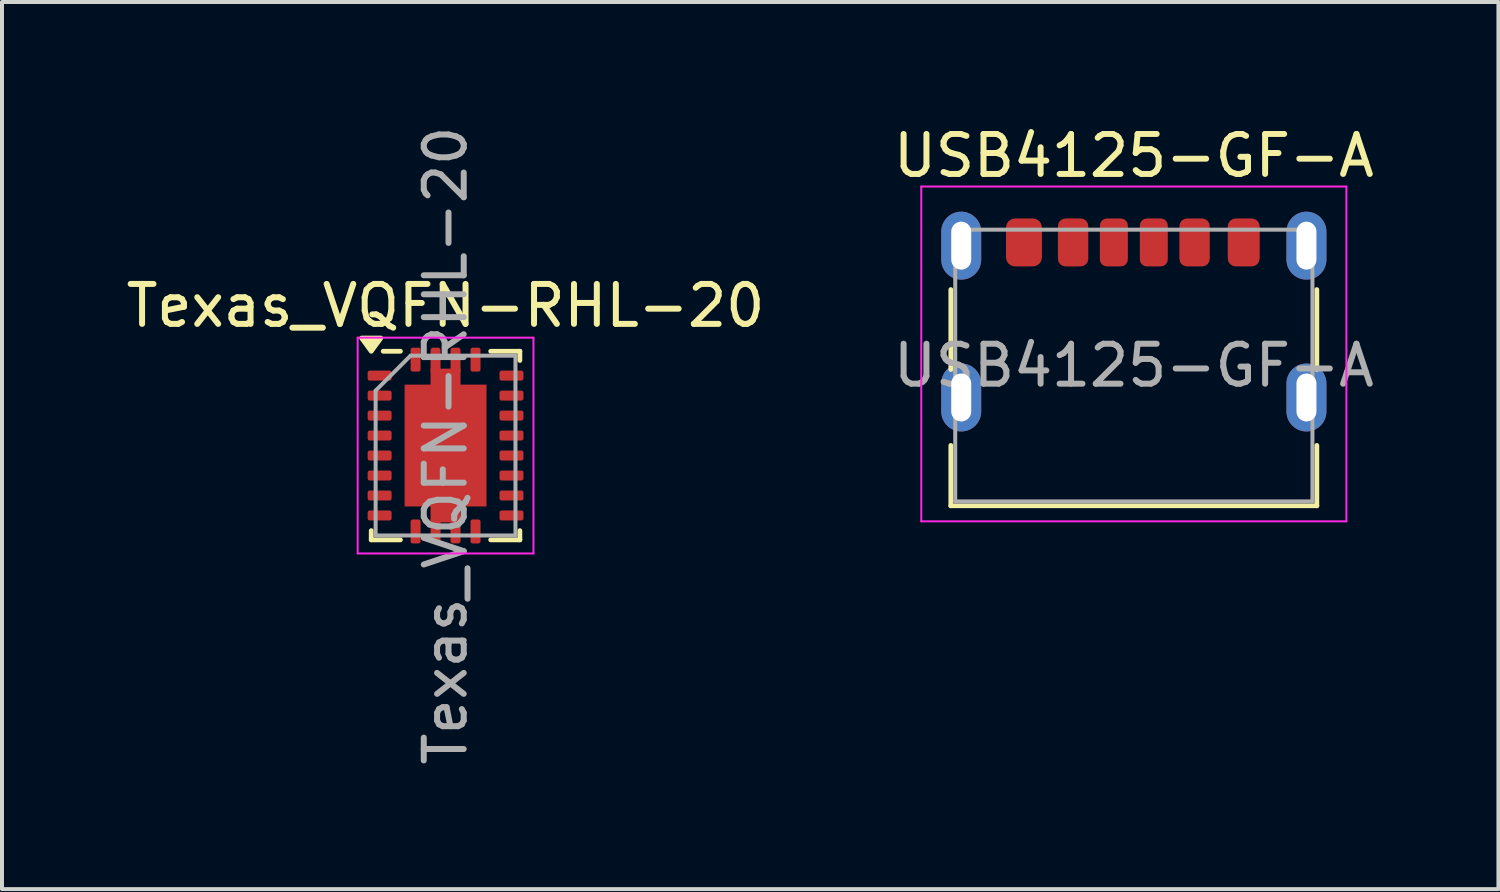
<source format=kicad_pcb>
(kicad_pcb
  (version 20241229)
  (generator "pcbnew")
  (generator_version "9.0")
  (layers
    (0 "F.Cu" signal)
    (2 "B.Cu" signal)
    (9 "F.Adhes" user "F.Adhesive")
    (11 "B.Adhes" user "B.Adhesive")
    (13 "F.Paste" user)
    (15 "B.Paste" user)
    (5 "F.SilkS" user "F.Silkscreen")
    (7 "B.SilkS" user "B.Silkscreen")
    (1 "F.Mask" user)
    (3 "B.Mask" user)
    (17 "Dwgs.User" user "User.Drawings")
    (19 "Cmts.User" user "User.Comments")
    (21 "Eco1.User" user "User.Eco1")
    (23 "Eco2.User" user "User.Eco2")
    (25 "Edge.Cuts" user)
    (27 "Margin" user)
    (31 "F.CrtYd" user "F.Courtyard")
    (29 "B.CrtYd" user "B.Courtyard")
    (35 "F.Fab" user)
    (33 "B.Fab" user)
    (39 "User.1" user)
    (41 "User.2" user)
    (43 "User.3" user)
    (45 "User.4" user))
  (footprint "USB4125-GF-A"
    (layer "F.Cu")
    (at 25.327 6.098)
    (property "Reference" "USB4125-GF-A" (at 0 -5.25 0) (layer "F.SilkS") (effects (font (size 1 1) (thickness 0.15))))
    (attr smd)
    (fp_line (start -4.58 -1.9) (end -4.58 0.1) (stroke (width 0.12) (type solid)) (layer "F.SilkS"))
    (fp_line (start -4.58 2) (end -4.58 3.51) (stroke (width 0.12) (type solid)) (layer "F.SilkS"))
    (fp_line (start -4.58 3.51) (end 4.58 3.51) (stroke (width 0.12) (type solid)) (layer "F.SilkS"))
    (fp_line (start 4.58 -1.9) (end 4.58 0.1) (stroke (width 0.12) (type solid)) (layer "F.SilkS"))
    (fp_line (start 4.58 2) (end 4.58 3.51) (stroke (width 0.12) (type solid)) (layer "F.SilkS"))
    (fp_line (start -5.32 -4.48) (end -5.32 3.9) (stroke (width 0.05) (type solid)) (layer "F.CrtYd"))
    (fp_line (start -5.32 -4.48) (end 5.32 -4.48) (stroke (width 0.05) (type solid)) (layer "F.CrtYd"))
    (fp_line (start -5.32 3.9) (end 5.32 3.9) (stroke (width 0.05) (type solid)) (layer "F.CrtYd"))
    (fp_line (start 5.32 -4.48) (end 5.32 3.9) (stroke (width 0.05) (type solid)) (layer "F.CrtYd"))
    (fp_line (start -4.47 -3.4) (end -4.47 3.4) (stroke (width 0.1) (type solid)) (layer "F.Fab"))
    (fp_line (start -4.47 -3.4) (end 4.47 -3.4) (stroke (width 0.1) (type solid)) (layer "F.Fab"))
    (fp_line (start -4.47 3.4) (end 4.47 3.4) (stroke (width 0.1) (type solid)) (layer "F.Fab"))
    (fp_line (start 4.47 -3.4) (end 4.47 3.4) (stroke (width 0.1) (type solid)) (layer "F.Fab"))
    (fp_text user "${REFERENCE}" (at 0 0 0) (layer "F.Fab") (effects (font (size 1 1) (thickness 0.15))))
    (pad "A5" smd roundrect (at -0.5 -3.08) (size 0.7 1.2) (layers "F.Cu" "F.Mask" "F.Paste") (roundrect_rratio 0.25))
    (pad "A9" smd roundrect (at 1.52 -3.08) (size 0.76 1.2) (layers "F.Cu" "F.Mask" "F.Paste") (roundrect_rratio 0.25))
    (pad "A12" smd roundrect (at 2.75 -3.08) (size 0.8 1.2) (layers "F.Cu" "F.Mask" "F.Paste") (roundrect_rratio 0.25))
    (pad "B5" smd roundrect (at 0.5 -3.08) (size 0.7 1.2) (layers "F.Cu" "F.Mask" "F.Paste") (roundrect_rratio 0.25))
    (pad "B9" smd roundrect (at -1.52 -3.08) (size 0.76 1.2) (layers "F.Cu" "F.Mask" "F.Paste") (roundrect_rratio 0.25))
    (pad "B12" smd roundrect (at -2.75 -3.08) (size 0.9 1.2) (layers "F.Cu" "F.Mask" "F.Paste") (roundrect_rratio 0.25))
    (pad "S1" thru_hole oval (at -4.32 -3) (size 1 1.7) (drill oval 0.5 1.2) (property pad_prop_heatsink) (layers "*.Cu" "*.Mask"))
    (pad "S1" thru_hole oval (at -4.32 0.8) (size 1 1.7) (drill oval 0.5 1.2) (property pad_prop_heatsink) (layers "*.Cu" "*.Mask"))
    (pad "S1" thru_hole oval (at 4.32 -3) (size 1 1.7) (drill oval 0.5 1.2) (property pad_prop_heatsink) (layers "*.Cu" "*.Mask"))
    (pad "S1" thru_hole oval (at 4.32 0.8) (size 1 1.7) (drill oval 0.5 1.2) (property pad_prop_heatsink) (layers "*.Cu" "*.Mask")))
  (footprint "Texas_VQFN-RHL-20"
    (layer "F.Cu")
    (at 8.101 8.101)
    (property "Reference" "Texas_VQFN-RHL-20" (at 0 -3.5 0) (layer "F.SilkS") (effects (font (size 1 1) (thickness 0.15))))
    (attr smd)
    (fp_line (start -1.86 2.13) (end -1.86 2.36) (stroke (width 0.12) (type solid)) (layer "F.SilkS"))
    (fp_line (start -1.86 2.36) (end -1.13 2.36) (stroke (width 0.12) (type solid)) (layer "F.SilkS"))
    (fp_line (start -1.13 -2.36) (end -1.56 -2.36) (stroke (width 0.12) (type solid)) (layer "F.SilkS"))
    (fp_line (start 1.13 -2.36) (end 1.86 -2.36) (stroke (width 0.12) (type solid)) (layer "F.SilkS"))
    (fp_line (start 1.13 2.36) (end 1.86 2.36) (stroke (width 0.12) (type solid)) (layer "F.SilkS"))
    (fp_line (start 1.86 -2.36) (end 1.86 -2.13) (stroke (width 0.12) (type solid)) (layer "F.SilkS"))
    (fp_line (start 1.86 2.13) (end 1.86 2.36) (stroke (width 0.12) (type solid)) (layer "F.SilkS"))
    (fp_poly (pts (xy -1.86 -2.36) (xy -2.1 -2.69) (xy -1.62 -2.69) (xy -1.86 -2.36)) (stroke (width 0.12) (type solid)) (fill yes) (layer "F.SilkS"))
    (fp_line (start -2.2 -2.7) (end -2.2 2.7) (stroke (width 0.05) (type solid)) (layer "F.CrtYd"))
    (fp_line (start -2.2 -2.7) (end 2.2 -2.7) (stroke (width 0.05) (type solid)) (layer "F.CrtYd"))
    (fp_line (start -2.2 2.7) (end 2.2 2.7) (stroke (width 0.05) (type solid)) (layer "F.CrtYd"))
    (fp_line (start 2.2 -2.7) (end 2.2 2.7) (stroke (width 0.05) (type solid)) (layer "F.CrtYd"))
    (fp_line (start -1.75 -1.375) (end -1.75 2.25) (stroke (width 0.1) (type solid)) (layer "F.Fab"))
    (fp_line (start -1.75 -1.375) (end -0.875 -2.25) (stroke (width 0.1) (type solid)) (layer "F.Fab"))
    (fp_line (start -1.75 2.25) (end 1.75 2.25) (stroke (width 0.1) (type solid)) (layer "F.Fab"))
    (fp_line (start -0.875 -2.25) (end 1.75 -2.25) (stroke (width 0.1) (type solid)) (layer "F.Fab"))
    (fp_line (start 1.75 -2.25) (end 1.75 2.25) (stroke (width 0.1) (type solid)) (layer "F.Fab"))
    (fp_text user "${REFERENCE}" (at 0 0 90) (layer "F.Fab") (effects (font (size 1 1) (thickness 0.15))))
    (pad "" smd roundrect (at -0.561 -0.8) (size 0.92 1.33) (layers "F.Paste") (roundrect_rratio 0.13))
    (pad "" smd roundrect (at -0.56 0.8) (size 0.92 1.33) (layers "F.Paste") (roundrect_rratio 0.13))
    (pad "" smd roundrect (at 0 -1.8) (size 0.75 0.25) (layers "F.Paste") (roundrect_rratio 0.25))
    (pad "" smd roundrect (at 0 1.8) (size 0.75 0.25) (layers "F.Paste") (roundrect_rratio 0.25))
    (pad "" smd roundrect (at 0.55 -0.8) (size 0.92 1.33) (layers "F.Paste") (roundrect_rratio 0.13))
    (pad "" smd roundrect (at 0.55 0.8) (size 0.92 1.33) (layers "F.Paste") (roundrect_rratio 0.13))
    (pad "1" smd roundrect (at -0.75 -2.15) (size 0.25 0.6) (layers "F.Cu" "F.Mask" "F.Paste") (roundrect_rratio 0.21))
    (pad "2" smd roundrect (at -1.65 -1.75) (size 0.6 0.25) (layers "F.Cu" "F.Mask" "F.Paste") (roundrect_rratio 0.21))
    (pad "3" smd roundrect (at -1.65 -1.25) (size 0.6 0.25) (layers "F.Cu" "F.Mask" "F.Paste") (roundrect_rratio 0.21))
    (pad "4" smd roundrect (at -1.65 -0.75) (size 0.6 0.25) (layers "F.Cu" "F.Mask" "F.Paste") (roundrect_rratio 0.21))
    (pad "5" smd roundrect (at -1.65 -0.25) (size 0.6 0.25) (layers "F.Cu" "F.Mask" "F.Paste") (roundrect_rratio 0.21))
    (pad "6" smd roundrect (at -1.65 0.25) (size 0.6 0.25) (layers "F.Cu" "F.Mask" "F.Paste") (roundrect_rratio 0.21))
    (pad "7" smd roundrect (at -1.65 0.75) (size 0.6 0.25) (layers "F.Cu" "F.Mask" "F.Paste") (roundrect_rratio 0.21))
    (pad "8" smd roundrect (at -1.65 1.25) (size 0.6 0.25) (layers "F.Cu" "F.Mask" "F.Paste") (roundrect_rratio 0.21))
    (pad "9" smd roundrect (at -1.65 1.75) (size 0.6 0.25) (layers "F.Cu" "F.Mask" "F.Paste") (roundrect_rratio 0.21))
    (pad "10" smd roundrect (at -0.75 2.15) (size 0.25 0.6) (layers "F.Cu" "F.Mask" "F.Paste") (roundrect_rratio 0.21))
    (pad "11" smd roundrect (at 0.75 2.15) (size 0.25 0.6) (layers "F.Cu" "F.Mask" "F.Paste") (roundrect_rratio 0.21))
    (pad "12" smd roundrect (at 1.65 1.75) (size 0.6 0.25) (layers "F.Cu" "F.Mask" "F.Paste") (roundrect_rratio 0.21))
    (pad "13" smd roundrect (at 1.65 1.25) (size 0.6 0.25) (layers "F.Cu" "F.Mask" "F.Paste") (roundrect_rratio 0.21))
    (pad "14" smd roundrect (at 1.65 0.75) (size 0.6 0.25) (layers "F.Cu" "F.Mask" "F.Paste") (roundrect_rratio 0.21))
    (pad "15" smd roundrect (at 1.65 0.25) (size 0.6 0.25) (layers "F.Cu" "F.Mask" "F.Paste") (roundrect_rratio 0.21))
    (pad "16" smd roundrect (at 1.65 -0.25) (size 0.6 0.25) (layers "F.Cu" "F.Mask" "F.Paste") (roundrect_rratio 0.21))
    (pad "17" smd roundrect (at 1.65 -0.75) (size 0.6 0.25) (layers "F.Cu" "F.Mask" "F.Paste") (roundrect_rratio 0.21))
    (pad "18" smd roundrect (at 1.65 -1.25) (size 0.6 0.25) (layers "F.Cu" "F.Mask" "F.Paste") (roundrect_rratio 0.21))
    (pad "19" smd roundrect (at 1.65 -1.75) (size 0.6 0.25) (layers "F.Cu" "F.Mask" "F.Paste") (roundrect_rratio 0.21))
    (pad "20" smd roundrect (at 0.75 -2.15) (size 0.25 0.6) (layers "F.Cu" "F.Mask" "F.Paste") (roundrect_rratio 0.21))
    (pad "21" smd roundrect (at -0.25 -2.125) (size 0.25 0.65) (layers "F.Cu" "F.Mask" "F.Paste") (roundrect_rratio 0.25))
    (pad "21" smd roundrect (at -0.25 2.125) (size 0.25 0.65) (layers "F.Cu" "F.Mask" "F.Paste") (roundrect_rratio 0.25))
    (pad "21" smd custom (at 0 0) (size 1.524 1.524) (layers "F.Cu" "F.Mask") (options (anchor rect)) (primitives (gr_poly (pts (xy 0.375 -1.525) (xy 1.025 -1.525) (xy 1.025 1.525) (xy 0.375 1.525) (xy 0.375 1.925) (xy -0.375 1.925) (xy -0.375 1.525) (xy -1.025 1.525) (xy -1.025 -1.525) (xy -0.375 -1.525) (xy -0.375 -1.925) (xy 0.375 -1.925)) (width 0) (fill yes))))
    (pad "21" smd roundrect (at 0.25 -2.125) (size 0.25 0.65) (layers "F.Cu" "F.Mask" "F.Paste") (roundrect_rratio 0.25))
    (pad "21" smd roundrect (at 0.25 2.112) (size 0.25 0.675) (layers "F.Cu" "F.Mask" "F.Paste") (roundrect_rratio 0.25)))
  (gr_rect
    (start -3 -3)
    (end 34.452 19.202)
    (stroke (width 0.1) (type default))
    (fill no)
    (layer "Edge.Cuts")))
</source>
